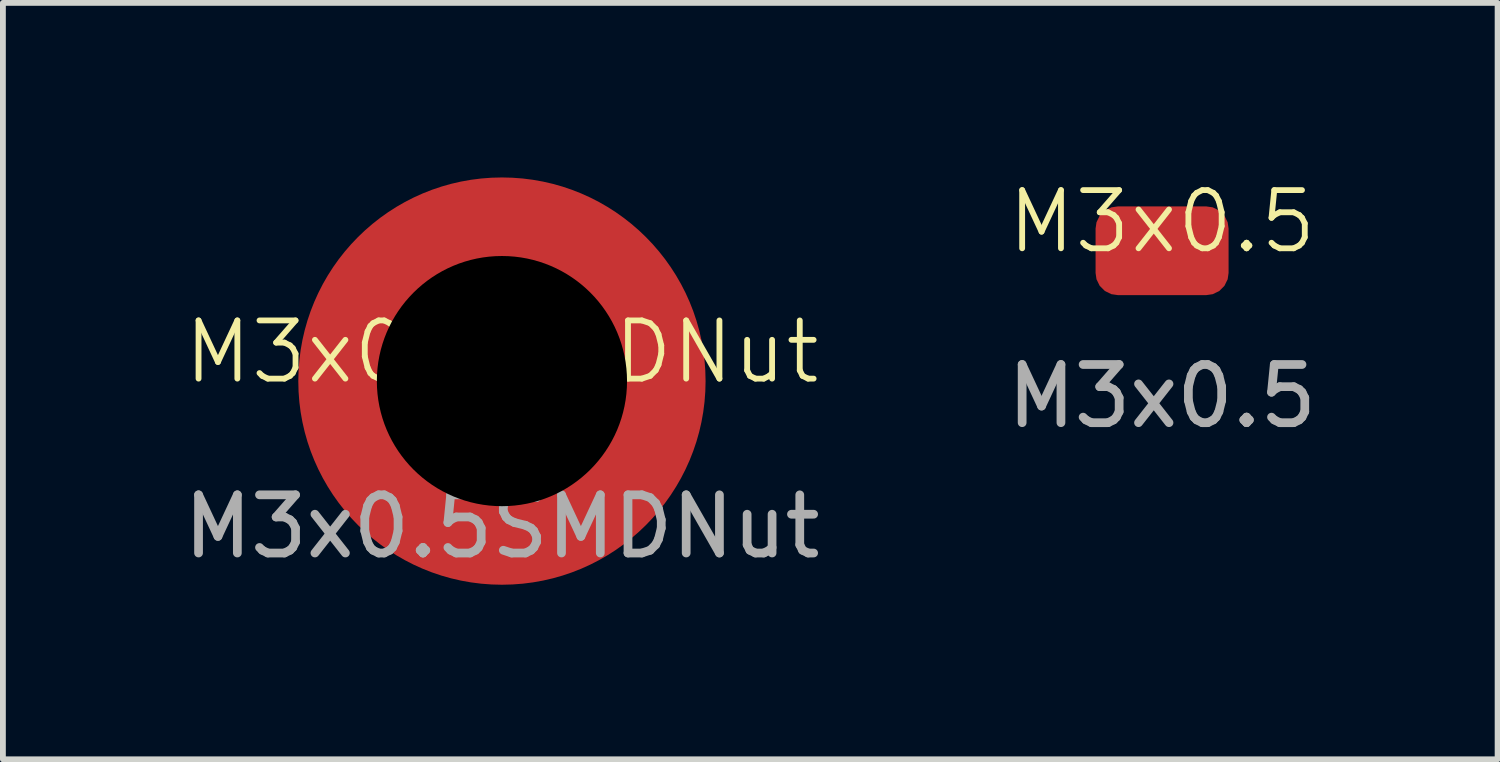
<source format=kicad_pcb>
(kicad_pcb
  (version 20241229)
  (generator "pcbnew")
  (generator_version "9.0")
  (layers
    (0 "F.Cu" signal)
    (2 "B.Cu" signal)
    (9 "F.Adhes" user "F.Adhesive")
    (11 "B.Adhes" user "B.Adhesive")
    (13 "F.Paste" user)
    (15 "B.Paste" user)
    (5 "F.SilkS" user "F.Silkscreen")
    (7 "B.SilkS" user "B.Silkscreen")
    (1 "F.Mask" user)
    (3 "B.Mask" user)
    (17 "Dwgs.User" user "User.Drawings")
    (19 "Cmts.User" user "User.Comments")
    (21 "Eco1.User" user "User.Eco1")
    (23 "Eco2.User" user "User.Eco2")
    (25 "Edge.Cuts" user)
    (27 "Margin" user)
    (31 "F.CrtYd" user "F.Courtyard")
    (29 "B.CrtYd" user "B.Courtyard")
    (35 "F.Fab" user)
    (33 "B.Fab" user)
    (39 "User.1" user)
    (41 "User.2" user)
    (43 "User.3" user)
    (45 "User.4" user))
  (footprint "M3x0.5SMDNut"
    (layer "F.Cu")
    (at 5.577 3.5)
    (property "Reference" "M3x0.5SMDNut" (at 0 -0.5 0) (unlocked yes) (layer "F.SilkS") (effects (font (size 1 1) (thickness 0.1))))
    (attr smd)
    (fp_text user "${REFERENCE}" (at 0 2.5 0) (unlocked yes) (layer "F.Fab") (effects (font (size 1 1) (thickness 0.15))))
    (pad "" np_thru_hole circle (at 0 0) (size 4.3 4.3) (drill 4.3) (layers "*.Mask"))
    (pad "1" smd circle (at 0 0) (size 7 7) (layers "F.Cu" "F.Mask" "F.Paste")))
  (footprint "M3x0.5"
    (layer "F.Cu")
    (at 16.923 1.26)
    (property "Reference" "M3x0.5" (at 0 -0.5 0) (unlocked yes) (layer "F.SilkS") (effects (font (size 1 1) (thickness 0.1))))
    (attr smd)
    (fp_text user "${REFERENCE}" (at 0 2.5 0) (unlocked yes) (layer "F.Fab") (effects (font (size 1 1) (thickness 0.15))))
    (pad "1" smd roundrect (at 0 0) (size 2.286 1.524) (layers "F.Cu" "F.Mask" "F.Paste") (roundrect_rratio 0.25)))
  (gr_rect
    (start -3 -3)
    (end 22.69 10)
    (stroke (width 0.1) (type default))
    (fill no)
    (layer "Edge.Cuts")))
</source>
